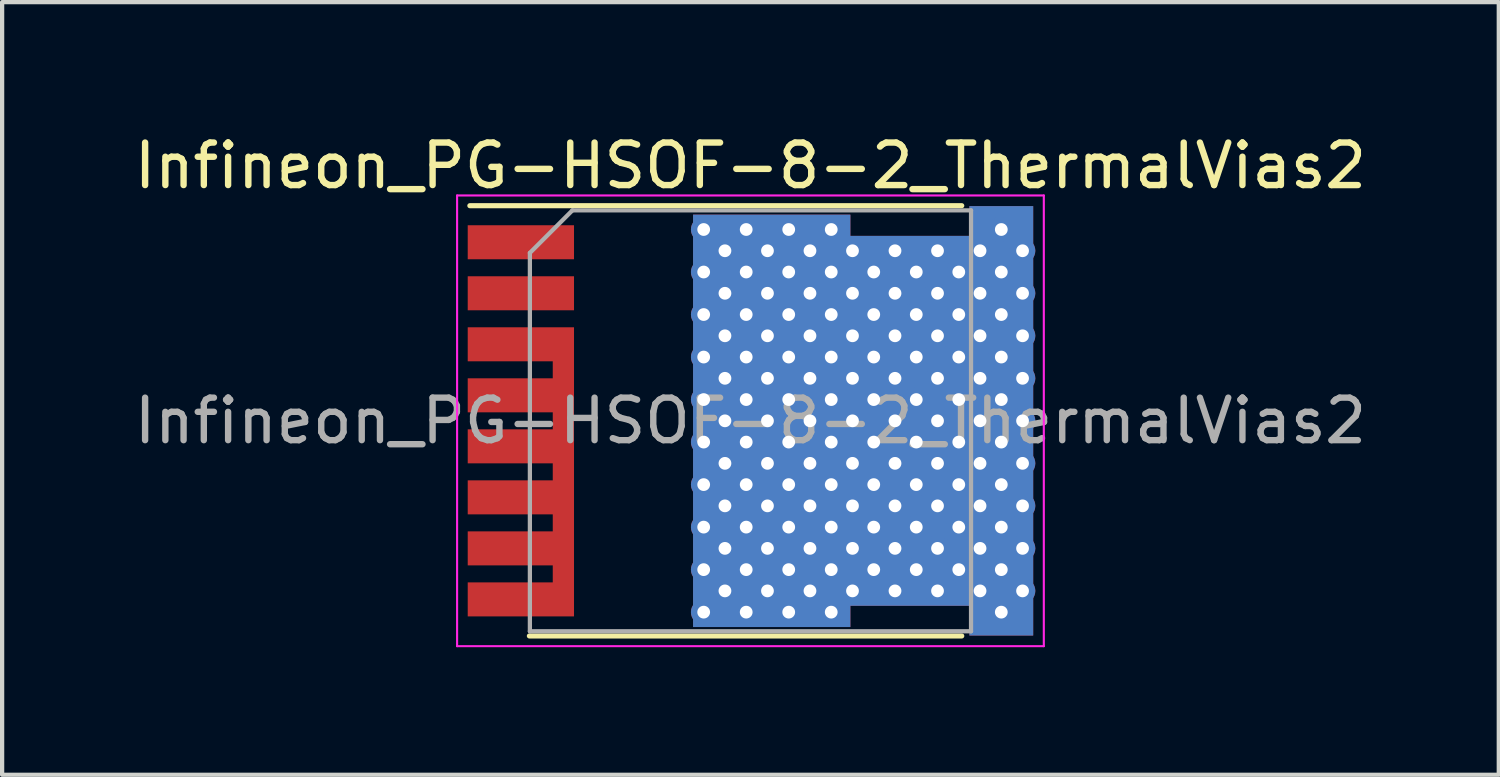
<source format=kicad_pcb>
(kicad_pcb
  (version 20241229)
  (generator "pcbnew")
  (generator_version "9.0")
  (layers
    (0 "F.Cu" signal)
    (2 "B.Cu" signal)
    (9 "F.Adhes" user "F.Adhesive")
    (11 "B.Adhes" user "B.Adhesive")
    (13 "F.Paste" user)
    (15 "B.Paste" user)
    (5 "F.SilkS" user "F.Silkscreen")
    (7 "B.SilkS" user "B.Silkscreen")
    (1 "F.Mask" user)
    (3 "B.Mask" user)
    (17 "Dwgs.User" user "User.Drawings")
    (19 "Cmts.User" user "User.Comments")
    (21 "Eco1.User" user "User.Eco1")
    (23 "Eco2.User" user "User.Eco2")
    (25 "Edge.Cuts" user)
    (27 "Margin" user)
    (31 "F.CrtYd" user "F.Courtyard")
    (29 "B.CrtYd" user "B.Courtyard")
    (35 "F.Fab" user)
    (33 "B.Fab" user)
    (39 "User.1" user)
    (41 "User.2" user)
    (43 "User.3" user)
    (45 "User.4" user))
  (footprint "Infineon_PG-HSOF-8-2_ThermalVias2"
    (layer "F.Cu")
    (at 14.601 6.848)
    (property "Reference" "Infineon_PG-HSOF-8-2_ThermalVias2" (at 0 -6 0) (layer "F.SilkS") (effects (font (size 1 1) (thickness 0.15))))
    (attr smd)
    (fp_line (start -5.2 5.06) (end 4.97 5.06) (stroke (width 0.12) (type solid)) (layer "F.SilkS"))
    (fp_line (start 4.97 -5.06) (end -6.6 -5.06) (stroke (width 0.12) (type solid)) (layer "F.SilkS"))
    (fp_line (start -6.9 5.3) (end -6.9 -5.3) (stroke (width 0.05) (type solid)) (layer "F.CrtYd"))
    (fp_line (start -6.9 5.3) (end 6.9 5.3) (stroke (width 0.05) (type solid)) (layer "F.CrtYd"))
    (fp_line (start 6.9 -5.3) (end -6.9 -5.3) (stroke (width 0.05) (type solid)) (layer "F.CrtYd"))
    (fp_line (start 6.9 -5.3) (end 6.9 5.3) (stroke (width 0.05) (type solid)) (layer "F.CrtYd"))
    (fp_line (start -5.188 4.95) (end -5.188 -3.95) (stroke (width 0.1) (type solid)) (layer "F.Fab"))
    (fp_line (start -4.188 -4.95) (end -5.188 -3.95) (stroke (width 0.1) (type solid)) (layer "F.Fab"))
    (fp_line (start -4.188 -4.95) (end 5.188 -4.95) (stroke (width 0.1) (type solid)) (layer "F.Fab"))
    (fp_line (start 5.188 -4.95) (end 5.188 4.95) (stroke (width 0.1) (type solid)) (layer "F.Fab"))
    (fp_line (start 5.188 4.95) (end -5.188 4.95) (stroke (width 0.1) (type solid)) (layer "F.Fab"))
    (fp_text user "${REFERENCE}" (at 0 0 0) (layer "F.Fab") (effects (font (size 1 1) (thickness 0.15))))
    (pad "" smd rect (at -5.4 -4.2) (size 2.35 0.7) (layers "F.Paste"))
    (pad "" smd rect (at -5.4 -3) (size 2.35 0.7) (layers "F.Paste"))
    (pad "" smd rect (at -5.4 -1.8) (size 2.35 0.7) (layers "F.Paste"))
    (pad "" smd rect (at -5.4 -0.6) (size 2.35 0.7) (layers "F.Paste"))
    (pad "" smd rect (at -5.4 0.6) (size 2.35 0.7) (layers "F.Paste"))
    (pad "" smd rect (at -5.4 1.8) (size 2.35 0.7) (layers "F.Paste"))
    (pad "" smd rect (at -5.4 3) (size 2.35 0.7) (layers "F.Paste"))
    (pad "" smd rect (at -5.4 4.2) (size 2.35 0.7) (layers "F.Paste"))
    (pad "1" smd rect (at -5.4 -4.2) (size 2.5 0.8) (layers "F.Cu" "F.Mask"))
    (pad "2" smd rect (at -5.4 -3) (size 2.5 0.8) (layers "F.Cu" "F.Mask"))
    (pad "3" smd custom (at -4.4 1.2) (size 0.5 6.8) (layers "F.Cu" "F.Mask") (options (anchor rect)) (primitives (gr_poly (pts (xy -0.25 -2.6) (xy -2.25 -2.6) (xy -2.25 -3.4) (xy -0.25 -3.4)) (width 0) (fill yes)) (gr_poly (pts (xy -0.25 -1.4) (xy -2.25 -1.4) (xy -2.25 -2.2) (xy -0.25 -2.2)) (width 0) (fill yes)) (gr_poly (pts (xy -0.25 -0.2) (xy -2.25 -0.2) (xy -2.25 -1) (xy -0.25 -1)) (width 0) (fill yes)) (gr_poly (pts (xy -0.25 1) (xy -2.25 1) (xy -2.25 0.2) (xy -0.25 0.2)) (width 0) (fill yes)) (gr_poly (pts (xy -0.25 2.2) (xy -2.25 2.2) (xy -2.25 1.4) (xy -0.25 1.4)) (width 0) (fill yes)) (gr_poly (pts (xy -0.25 3.4) (xy -2.25 3.4) (xy -2.25 2.6) (xy -0.25 2.6)) (width 0) (fill yes))))
    (pad "4" thru_hole circle (at -1.1 -4.5) (size 0.6 0.6) (drill 0.3) (layers "*.Cu"))
    (pad "4" thru_hole circle (at -1.1 -3.5) (size 0.6 0.6) (drill 0.3) (layers "*.Cu"))
    (pad "4" thru_hole circle (at -1.1 -2.5) (size 0.6 0.6) (drill 0.3) (layers "*.Cu"))
    (pad "4" thru_hole circle (at -1.1 -1.5) (size 0.6 0.6) (drill 0.3) (layers "*.Cu"))
    (pad "4" thru_hole circle (at -1.1 -0.5) (size 0.6 0.6) (drill 0.3) (layers "*.Cu"))
    (pad "4" thru_hole circle (at -1.1 0.5) (size 0.6 0.6) (drill 0.3) (layers "*.Cu"))
    (pad "4" thru_hole circle (at -1.1 1.5) (size 0.6 0.6) (drill 0.3) (layers "*.Cu"))
    (pad "4" thru_hole circle (at -1.1 2.5) (size 0.6 0.6) (drill 0.3) (layers "*.Cu"))
    (pad "4" thru_hole circle (at -1.1 3.5) (size 0.6 0.6) (drill 0.3) (layers "*.Cu"))
    (pad "4" thru_hole circle (at -1.1 4.5) (size 0.6 0.6) (drill 0.3) (layers "*.Cu"))
    (pad "4" thru_hole circle (at -0.6 -4) (size 0.6 0.6) (drill 0.3) (layers "*.Cu"))
    (pad "4" thru_hole circle (at -0.6 -3) (size 0.6 0.6) (drill 0.3) (layers "*.Cu"))
    (pad "4" thru_hole circle (at -0.6 -2) (size 0.6 0.6) (drill 0.3) (layers "*.Cu"))
    (pad "4" thru_hole circle (at -0.6 -1) (size 0.6 0.6) (drill 0.3) (layers "*.Cu"))
    (pad "4" thru_hole circle (at -0.6 0) (size 0.6 0.6) (drill 0.3) (layers "*.Cu"))
    (pad "4" thru_hole circle (at -0.6 1) (size 0.6 0.6) (drill 0.3) (layers "*.Cu"))
    (pad "4" thru_hole circle (at -0.6 2) (size 0.6 0.6) (drill 0.3) (layers "*.Cu"))
    (pad "4" thru_hole circle (at -0.6 3) (size 0.6 0.6) (drill 0.3) (layers "*.Cu"))
    (pad "4" thru_hole circle (at -0.6 4) (size 0.6 0.6) (drill 0.3) (layers "*.Cu"))
    (pad "4" thru_hole circle (at -0.1 -4.5) (size 0.6 0.6) (drill 0.3) (layers "*.Cu"))
    (pad "4" thru_hole circle (at -0.1 -3.5) (size 0.6 0.6) (drill 0.3) (layers "*.Cu"))
    (pad "4" thru_hole circle (at -0.1 -2.5) (size 0.6 0.6) (drill 0.3) (layers "*.Cu"))
    (pad "4" thru_hole circle (at -0.1 -1.5) (size 0.6 0.6) (drill 0.3) (layers "*.Cu"))
    (pad "4" thru_hole circle (at -0.1 -0.5) (size 0.6 0.6) (drill 0.3) (layers "*.Cu"))
    (pad "4" thru_hole circle (at -0.1 0.5) (size 0.6 0.6) (drill 0.3) (layers "*.Cu"))
    (pad "4" thru_hole circle (at -0.1 1.5) (size 0.6 0.6) (drill 0.3) (layers "*.Cu"))
    (pad "4" thru_hole circle (at -0.1 2.5) (size 0.6 0.6) (drill 0.3) (layers "*.Cu"))
    (pad "4" thru_hole circle (at -0.1 3.5) (size 0.6 0.6) (drill 0.3) (layers "*.Cu"))
    (pad "4" thru_hole circle (at -0.1 4.5) (size 0.6 0.6) (drill 0.3) (layers "*.Cu"))
    (pad "4" thru_hole circle (at 0.4 -4) (size 0.6 0.6) (drill 0.3) (layers "*.Cu"))
    (pad "4" thru_hole circle (at 0.4 -3) (size 0.6 0.6) (drill 0.3) (layers "*.Cu"))
    (pad "4" thru_hole circle (at 0.4 -2) (size 0.6 0.6) (drill 0.3) (layers "*.Cu"))
    (pad "4" thru_hole circle (at 0.4 -1) (size 0.6 0.6) (drill 0.3) (layers "*.Cu"))
    (pad "4" thru_hole circle (at 0.4 0) (size 0.6 0.6) (drill 0.3) (layers "*.Cu"))
    (pad "4" thru_hole circle (at 0.4 1) (size 0.6 0.6) (drill 0.3) (layers "*.Cu"))
    (pad "4" thru_hole circle (at 0.4 2) (size 0.6 0.6) (drill 0.3) (layers "*.Cu"))
    (pad "4" thru_hole circle (at 0.4 3) (size 0.6 0.6) (drill 0.3) (layers "*.Cu"))
    (pad "4" thru_hole circle (at 0.4 4) (size 0.6 0.6) (drill 0.3) (layers "*.Cu"))
    (pad "4" thru_hole circle (at 0.9 -4.5) (size 0.6 0.6) (drill 0.3) (layers "*.Cu"))
    (pad "4" thru_hole circle (at 0.9 -3.5) (size 0.6 0.6) (drill 0.3) (layers "*.Cu"))
    (pad "4" thru_hole circle (at 0.9 -2.5) (size 0.6 0.6) (drill 0.3) (layers "*.Cu"))
    (pad "4" thru_hole circle (at 0.9 -1.5) (size 0.6 0.6) (drill 0.3) (layers "*.Cu"))
    (pad "4" thru_hole circle (at 0.9 -0.5) (size 0.6 0.6) (drill 0.3) (layers "*.Cu"))
    (pad "4" thru_hole circle (at 0.9 0.5) (size 0.6 0.6) (drill 0.3) (layers "*.Cu"))
    (pad "4" thru_hole circle (at 0.9 1.5) (size 0.6 0.6) (drill 0.3) (layers "*.Cu"))
    (pad "4" thru_hole circle (at 0.9 2.5) (size 0.6 0.6) (drill 0.3) (layers "*.Cu"))
    (pad "4" thru_hole circle (at 0.9 3.5) (size 0.6 0.6) (drill 0.3) (layers "*.Cu"))
    (pad "4" thru_hole circle (at 0.9 4.5) (size 0.6 0.6) (drill 0.3) (layers "*.Cu"))
    (pad "4" thru_hole circle (at 1.4 -4) (size 0.6 0.6) (drill 0.3) (layers "*.Cu"))
    (pad "4" thru_hole circle (at 1.4 -3) (size 0.6 0.6) (drill 0.3) (layers "*.Cu"))
    (pad "4" thru_hole circle (at 1.4 -2) (size 0.6 0.6) (drill 0.3) (layers "*.Cu"))
    (pad "4" thru_hole circle (at 1.4 -1) (size 0.6 0.6) (drill 0.3) (layers "*.Cu"))
    (pad "4" thru_hole circle (at 1.4 0) (size 0.6 0.6) (drill 0.3) (layers "*.Cu"))
    (pad "4" thru_hole circle (at 1.4 1) (size 0.6 0.6) (drill 0.3) (layers "*.Cu"))
    (pad "4" thru_hole circle (at 1.4 2) (size 0.6 0.6) (drill 0.3) (layers "*.Cu"))
    (pad "4" thru_hole circle (at 1.4 3) (size 0.6 0.6) (drill 0.3) (layers "*.Cu"))
    (pad "4" thru_hole circle (at 1.4 4) (size 0.6 0.6) (drill 0.3) (layers "*.Cu"))
    (pad "4" thru_hole circle (at 1.9 -4.5) (size 0.6 0.6) (drill 0.3) (layers "*.Cu"))
    (pad "4" thru_hole circle (at 1.9 -3.5) (size 0.6 0.6) (drill 0.3) (layers "*.Cu"))
    (pad "4" thru_hole circle (at 1.9 -2.5) (size 0.6 0.6) (drill 0.3) (layers "*.Cu"))
    (pad "4" thru_hole circle (at 1.9 -1.5) (size 0.6 0.6) (drill 0.3) (layers "*.Cu"))
    (pad "4" thru_hole circle (at 1.9 -0.5) (size 0.6 0.6) (drill 0.3) (layers "*.Cu"))
    (pad "4" thru_hole circle (at 1.9 0.5) (size 0.6 0.6) (drill 0.3) (layers "*.Cu"))
    (pad "4" thru_hole circle (at 1.9 1.5) (size 0.6 0.6) (drill 0.3) (layers "*.Cu"))
    (pad "4" thru_hole circle (at 1.9 2.5) (size 0.6 0.6) (drill 0.3) (layers "*.Cu"))
    (pad "4" thru_hole circle (at 1.9 3.5) (size 0.6 0.6) (drill 0.3) (layers "*.Cu"))
    (pad "4" thru_hole circle (at 1.9 4.5) (size 0.6 0.6) (drill 0.3) (layers "*.Cu"))
    (pad "4" thru_hole circle (at 2.4 -4) (size 0.6 0.6) (drill 0.3) (layers "*.Cu"))
    (pad "4" thru_hole circle (at 2.4 -3) (size 0.6 0.6) (drill 0.3) (layers "*.Cu"))
    (pad "4" thru_hole circle (at 2.4 -2) (size 0.6 0.6) (drill 0.3) (layers "*.Cu"))
    (pad "4" thru_hole circle (at 2.4 -1) (size 0.6 0.6) (drill 0.3) (layers "*.Cu"))
    (pad "4" thru_hole circle (at 2.4 0) (size 0.6 0.6) (drill 0.3) (layers "*.Cu"))
    (pad "4" thru_hole circle (at 2.4 1) (size 0.6 0.6) (drill 0.3) (layers "*.Cu"))
    (pad "4" thru_hole circle (at 2.4 2) (size 0.6 0.6) (drill 0.3) (layers "*.Cu"))
    (pad "4" thru_hole circle (at 2.4 3) (size 0.6 0.6) (drill 0.3) (layers "*.Cu"))
    (pad "4" thru_hole circle (at 2.4 4) (size 0.6 0.6) (drill 0.3) (layers "*.Cu"))
    (pad "4" thru_hole circle (at 2.9 -3.5) (size 0.6 0.6) (drill 0.3) (layers "*.Cu"))
    (pad "4" thru_hole circle (at 2.9 -2.5) (size 0.6 0.6) (drill 0.3) (layers "*.Cu"))
    (pad "4" thru_hole circle (at 2.9 -1.5) (size 0.6 0.6) (drill 0.3) (layers "*.Cu"))
    (pad "4" thru_hole circle (at 2.9 -0.5) (size 0.6 0.6) (drill 0.3) (layers "*.Cu"))
    (pad "4" thru_hole circle (at 2.9 0.5) (size 0.6 0.6) (drill 0.3) (layers "*.Cu"))
    (pad "4" thru_hole circle (at 2.9 1.5) (size 0.6 0.6) (drill 0.3) (layers "*.Cu"))
    (pad "4" thru_hole circle (at 2.9 2.5) (size 0.6 0.6) (drill 0.3) (layers "*.Cu"))
    (pad "4" thru_hole circle (at 2.9 3.5) (size 0.6 0.6) (drill 0.3) (layers "*.Cu"))
    (pad "4" thru_hole circle (at 3.4 -4) (size 0.6 0.6) (drill 0.3) (layers "*.Cu"))
    (pad "4" thru_hole circle (at 3.4 -3) (size 0.6 0.6) (drill 0.3) (layers "*.Cu"))
    (pad "4" thru_hole circle (at 3.4 -2) (size 0.6 0.6) (drill 0.3) (layers "*.Cu"))
    (pad "4" thru_hole circle (at 3.4 -1) (size 0.6 0.6) (drill 0.3) (layers "*.Cu"))
    (pad "4" thru_hole circle (at 3.4 0) (size 0.6 0.6) (drill 0.3) (layers "*.Cu"))
    (pad "4" thru_hole circle (at 3.4 1) (size 0.6 0.6) (drill 0.3) (layers "*.Cu"))
    (pad "4" thru_hole circle (at 3.4 2) (size 0.6 0.6) (drill 0.3) (layers "*.Cu"))
    (pad "4" thru_hole circle (at 3.4 3) (size 0.6 0.6) (drill 0.3) (layers "*.Cu"))
    (pad "4" thru_hole circle (at 3.4 4) (size 0.6 0.6) (drill 0.3) (layers "*.Cu"))
    (pad "4" smd custom (at 3.75 0) (size 2.8 8.7) (layers "F.Cu" "F.Mask" "F.Paste") (options (anchor rect)) (primitives (gr_poly (pts (xy 2.9 5.05) (xy 1.4 5.05) (xy 1.4 -5.05) (xy 2.9 -5.05)) (width 0) (fill yes)) (gr_poly (pts (xy -1.4 4.85) (xy -5.1 4.85) (xy -5.1 -4.85) (xy -1.4 -4.85)) (width 0) (fill yes))))
    (pad "4" smd custom (at 3.75 0) (size 2.8 8.7) (layers "B.Cu") (options (anchor rect)) (primitives (gr_poly (pts (xy 2.9 5.05) (xy 1.4 5.05) (xy 1.4 -5.05) (xy 2.9 -5.05)) (width 0) (fill yes)) (gr_poly (pts (xy -1.4 4.85) (xy -5.1 4.85) (xy -5.1 -4.85) (xy -1.4 -4.85)) (width 0) (fill yes))))
    (pad "4" thru_hole circle (at 3.9 -3.5) (size 0.6 0.6) (drill 0.3) (layers "*.Cu"))
    (pad "4" thru_hole circle (at 3.9 -2.5) (size 0.6 0.6) (drill 0.3) (layers "*.Cu"))
    (pad "4" thru_hole circle (at 3.9 -1.5) (size 0.6 0.6) (drill 0.3) (layers "*.Cu"))
    (pad "4" thru_hole circle (at 3.9 -0.5) (size 0.6 0.6) (drill 0.3) (layers "*.Cu"))
    (pad "4" thru_hole circle (at 3.9 0.5) (size 0.6 0.6) (drill 0.3) (layers "*.Cu"))
    (pad "4" thru_hole circle (at 3.9 1.5) (size 0.6 0.6) (drill 0.3) (layers "*.Cu"))
    (pad "4" thru_hole circle (at 3.9 2.5) (size 0.6 0.6) (drill 0.3) (layers "*.Cu"))
    (pad "4" thru_hole circle (at 3.9 3.5) (size 0.6 0.6) (drill 0.3) (layers "*.Cu"))
    (pad "4" thru_hole circle (at 4.4 -4) (size 0.6 0.6) (drill 0.3) (layers "*.Cu"))
    (pad "4" thru_hole circle (at 4.4 -3) (size 0.6 0.6) (drill 0.3) (layers "*.Cu"))
    (pad "4" thru_hole circle (at 4.4 -2) (size 0.6 0.6) (drill 0.3) (layers "*.Cu"))
    (pad "4" thru_hole circle (at 4.4 -1) (size 0.6 0.6) (drill 0.3) (layers "*.Cu"))
    (pad "4" thru_hole circle (at 4.4 0) (size 0.6 0.6) (drill 0.3) (layers "*.Cu"))
    (pad "4" thru_hole circle (at 4.4 1) (size 0.6 0.6) (drill 0.3) (layers "*.Cu"))
    (pad "4" thru_hole circle (at 4.4 2) (size 0.6 0.6) (drill 0.3) (layers "*.Cu"))
    (pad "4" thru_hole circle (at 4.4 3) (size 0.6 0.6) (drill 0.3) (layers "*.Cu"))
    (pad "4" thru_hole circle (at 4.4 4) (size 0.6 0.6) (drill 0.3) (layers "*.Cu"))
    (pad "4" thru_hole circle (at 4.9 -3.5) (size 0.6 0.6) (drill 0.3) (layers "*.Cu"))
    (pad "4" thru_hole circle (at 4.9 -2.5) (size 0.6 0.6) (drill 0.3) (layers "*.Cu"))
    (pad "4" thru_hole circle (at 4.9 -1.5) (size 0.6 0.6) (drill 0.3) (layers "*.Cu"))
    (pad "4" thru_hole circle (at 4.9 -0.5) (size 0.6 0.6) (drill 0.3) (layers "*.Cu"))
    (pad "4" thru_hole circle (at 4.9 0.5) (size 0.6 0.6) (drill 0.3) (layers "*.Cu"))
    (pad "4" thru_hole circle (at 4.9 1.5) (size 0.6 0.6) (drill 0.3) (layers "*.Cu"))
    (pad "4" thru_hole circle (at 4.9 2.5) (size 0.6 0.6) (drill 0.3) (layers "*.Cu"))
    (pad "4" thru_hole circle (at 4.9 3.5) (size 0.6 0.6) (drill 0.3) (layers "*.Cu"))
    (pad "4" thru_hole circle (at 5.4 -4) (size 0.6 0.6) (drill 0.3) (layers "*.Cu"))
    (pad "4" thru_hole circle (at 5.4 -3) (size 0.6 0.6) (drill 0.3) (layers "*.Cu"))
    (pad "4" thru_hole circle (at 5.4 -2) (size 0.6 0.6) (drill 0.3) (layers "*.Cu"))
    (pad "4" thru_hole circle (at 5.4 -1) (size 0.6 0.6) (drill 0.3) (layers "*.Cu"))
    (pad "4" thru_hole circle (at 5.4 0) (size 0.6 0.6) (drill 0.3) (layers "*.Cu"))
    (pad "4" thru_hole circle (at 5.4 1) (size 0.6 0.6) (drill 0.3) (layers "*.Cu"))
    (pad "4" thru_hole circle (at 5.4 2) (size 0.6 0.6) (drill 0.3) (layers "*.Cu"))
    (pad "4" thru_hole circle (at 5.4 3) (size 0.6 0.6) (drill 0.3) (layers "*.Cu"))
    (pad "4" thru_hole circle (at 5.4 4) (size 0.6 0.6) (drill 0.3) (layers "*.Cu"))
    (pad "4" thru_hole circle (at 5.9 -4.5) (size 0.6 0.6) (drill 0.3) (layers "*.Cu"))
    (pad "4" thru_hole circle (at 5.9 -3.5) (size 0.6 0.6) (drill 0.3) (layers "*.Cu"))
    (pad "4" thru_hole circle (at 5.9 -2.5) (size 0.6 0.6) (drill 0.3) (layers "*.Cu"))
    (pad "4" thru_hole circle (at 5.9 -1.5) (size 0.6 0.6) (drill 0.3) (layers "*.Cu"))
    (pad "4" thru_hole circle (at 5.9 -0.5) (size 0.6 0.6) (drill 0.3) (layers "*.Cu"))
    (pad "4" thru_hole circle (at 5.9 0.5) (size 0.6 0.6) (drill 0.3) (layers "*.Cu"))
    (pad "4" thru_hole circle (at 5.9 1.5) (size 0.6 0.6) (drill 0.3) (layers "*.Cu"))
    (pad "4" thru_hole circle (at 5.9 2.5) (size 0.6 0.6) (drill 0.3) (layers "*.Cu"))
    (pad "4" thru_hole circle (at 5.9 3.5) (size 0.6 0.6) (drill 0.3) (layers "*.Cu"))
    (pad "4" thru_hole circle (at 5.9 4.5) (size 0.6 0.6) (drill 0.3) (layers "*.Cu"))
    (pad "4" thru_hole circle (at 6.4 -4) (size 0.6 0.6) (drill 0.3) (layers "*.Cu"))
    (pad "4" thru_hole circle (at 6.4 -3) (size 0.6 0.6) (drill 0.3) (layers "*.Cu"))
    (pad "4" thru_hole circle (at 6.4 -2) (size 0.6 0.6) (drill 0.3) (layers "*.Cu"))
    (pad "4" thru_hole circle (at 6.4 -1) (size 0.6 0.6) (drill 0.3) (layers "*.Cu"))
    (pad "4" thru_hole circle (at 6.4 0) (size 0.6 0.6) (drill 0.3) (layers "*.Cu"))
    (pad "4" thru_hole circle (at 6.4 1) (size 0.6 0.6) (drill 0.3) (layers "*.Cu"))
    (pad "4" thru_hole circle (at 6.4 2) (size 0.6 0.6) (drill 0.3) (layers "*.Cu"))
    (pad "4" thru_hole circle (at 6.4 3) (size 0.6 0.6) (drill 0.3) (layers "*.Cu"))
    (pad "4" thru_hole circle (at 6.4 4) (size 0.6 0.6) (drill 0.3) (layers "*.Cu")))
  (gr_rect
    (start -3 -3)
    (end 32.202 15.173)
    (stroke (width 0.1) (type default))
    (fill no)
    (layer "Edge.Cuts")))
</source>
